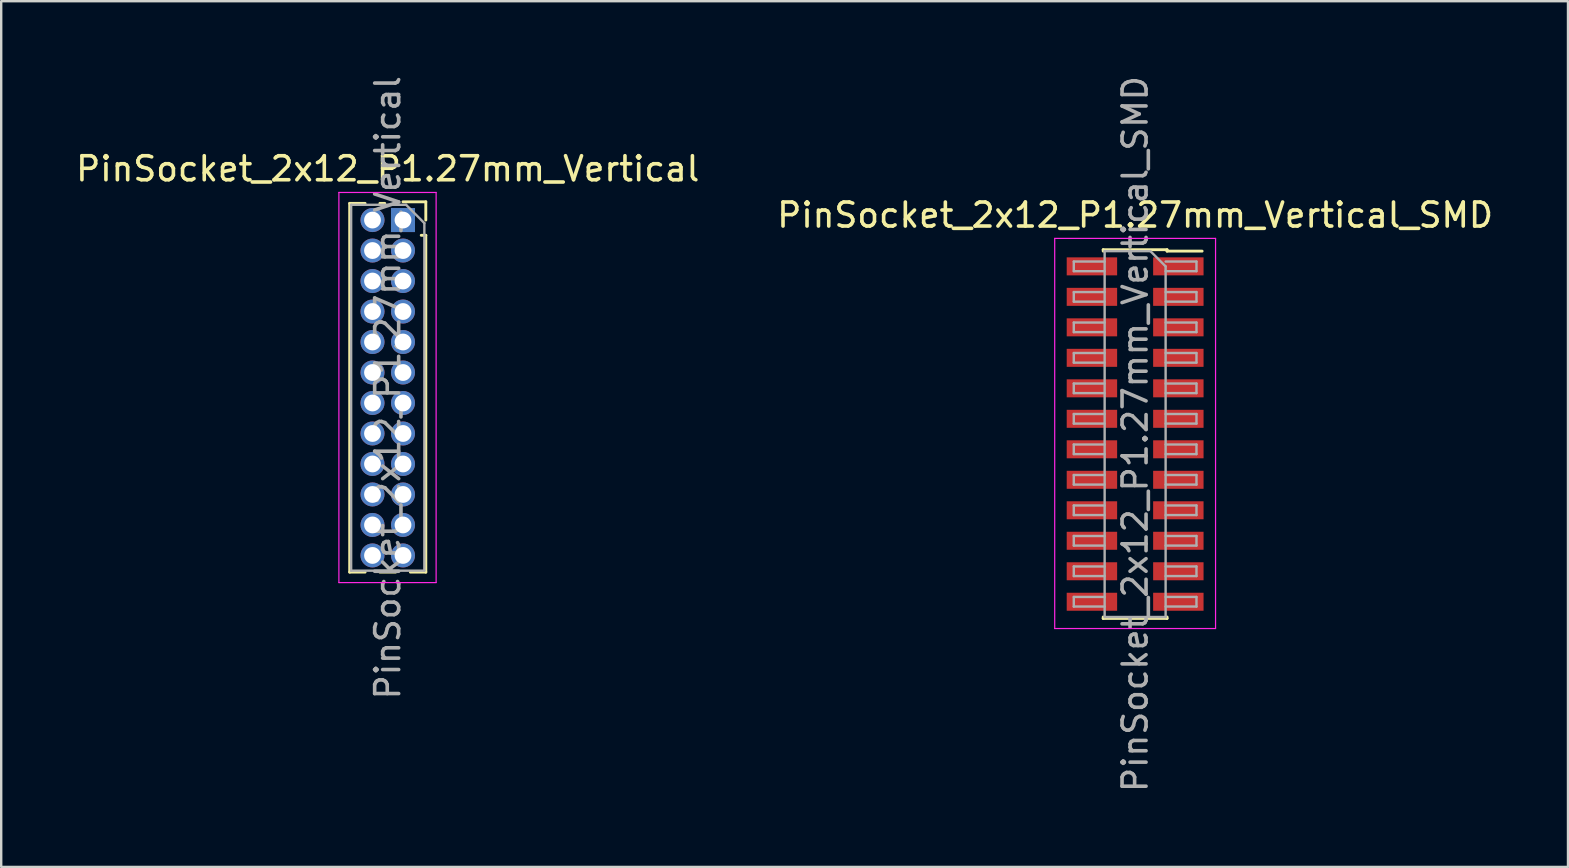
<source format=kicad_pcb>
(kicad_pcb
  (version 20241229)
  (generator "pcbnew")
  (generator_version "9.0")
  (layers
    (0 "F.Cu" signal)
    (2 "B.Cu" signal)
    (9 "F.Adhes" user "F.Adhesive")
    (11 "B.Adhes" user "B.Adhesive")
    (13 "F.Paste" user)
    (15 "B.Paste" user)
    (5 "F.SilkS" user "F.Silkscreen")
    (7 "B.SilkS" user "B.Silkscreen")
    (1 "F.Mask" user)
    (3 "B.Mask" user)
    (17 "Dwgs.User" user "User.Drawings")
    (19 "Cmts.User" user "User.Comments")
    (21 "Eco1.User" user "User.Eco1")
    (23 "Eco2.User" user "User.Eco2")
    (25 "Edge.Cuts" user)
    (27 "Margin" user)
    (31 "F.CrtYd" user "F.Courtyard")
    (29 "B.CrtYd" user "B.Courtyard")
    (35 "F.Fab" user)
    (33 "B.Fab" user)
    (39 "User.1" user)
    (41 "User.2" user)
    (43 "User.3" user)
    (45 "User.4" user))
  (footprint "PinSocket_2x12_P1.27mm_Vertical_SMD"
    (layer "F.Cu")
    (at 44.232 15.03)
    (property "Reference" "PinSocket_2x12_P1.27mm_Vertical_SMD" (at 0 -9.12 0) (layer "F.SilkS") (effects (font (size 1 1) (thickness 0.15))))
    (attr smd)
    (fp_line (start -1.33 -7.68) (end -1.33 -7.62) (stroke (width 0.12) (type solid)) (layer "F.SilkS"))
    (fp_line (start -1.33 -7.68) (end 1.33 -7.68) (stroke (width 0.12) (type solid)) (layer "F.SilkS"))
    (fp_line (start -1.33 7.62) (end -1.33 7.68) (stroke (width 0.12) (type solid)) (layer "F.SilkS"))
    (fp_line (start -1.33 7.68) (end 1.33 7.68) (stroke (width 0.12) (type solid)) (layer "F.SilkS"))
    (fp_line (start 1.33 -7.68) (end 1.33 -7.62) (stroke (width 0.12) (type solid)) (layer "F.SilkS"))
    (fp_line (start 1.33 -7.62) (end 2.79 -7.62) (stroke (width 0.12) (type solid)) (layer "F.SilkS"))
    (fp_line (start 1.33 7.62) (end 1.33 7.68) (stroke (width 0.12) (type solid)) (layer "F.SilkS"))
    (fp_line (start -3.35 -8.15) (end 3.35 -8.15) (stroke (width 0.05) (type solid)) (layer "F.CrtYd"))
    (fp_line (start -3.35 8.1) (end -3.35 -8.15) (stroke (width 0.05) (type solid)) (layer "F.CrtYd"))
    (fp_line (start 3.35 -8.15) (end 3.35 8.1) (stroke (width 0.05) (type solid)) (layer "F.CrtYd"))
    (fp_line (start 3.35 8.1) (end -3.35 8.1) (stroke (width 0.05) (type solid)) (layer "F.CrtYd"))
    (fp_line (start -2.555 -7.185) (end -1.27 -7.185) (stroke (width 0.1) (type solid)) (layer "F.Fab"))
    (fp_line (start -2.555 -6.785) (end -2.555 -7.185) (stroke (width 0.1) (type solid)) (layer "F.Fab"))
    (fp_line (start -2.555 -5.915) (end -1.27 -5.915) (stroke (width 0.1) (type solid)) (layer "F.Fab"))
    (fp_line (start -2.555 -5.515) (end -2.555 -5.915) (stroke (width 0.1) (type solid)) (layer "F.Fab"))
    (fp_line (start -2.555 -4.645) (end -1.27 -4.645) (stroke (width 0.1) (type solid)) (layer "F.Fab"))
    (fp_line (start -2.555 -4.245) (end -2.555 -4.645) (stroke (width 0.1) (type solid)) (layer "F.Fab"))
    (fp_line (start -2.555 -3.375) (end -1.27 -3.375) (stroke (width 0.1) (type solid)) (layer "F.Fab"))
    (fp_line (start -2.555 -2.975) (end -2.555 -3.375) (stroke (width 0.1) (type solid)) (layer "F.Fab"))
    (fp_line (start -2.555 -2.105) (end -1.27 -2.105) (stroke (width 0.1) (type solid)) (layer "F.Fab"))
    (fp_line (start -2.555 -1.705) (end -2.555 -2.105) (stroke (width 0.1) (type solid)) (layer "F.Fab"))
    (fp_line (start -2.555 -0.835) (end -1.27 -0.835) (stroke (width 0.1) (type solid)) (layer "F.Fab"))
    (fp_line (start -2.555 -0.435) (end -2.555 -0.835) (stroke (width 0.1) (type solid)) (layer "F.Fab"))
    (fp_line (start -2.555 0.435) (end -1.27 0.435) (stroke (width 0.1) (type solid)) (layer "F.Fab"))
    (fp_line (start -2.555 0.835) (end -2.555 0.435) (stroke (width 0.1) (type solid)) (layer "F.Fab"))
    (fp_line (start -2.555 1.705) (end -1.27 1.705) (stroke (width 0.1) (type solid)) (layer "F.Fab"))
    (fp_line (start -2.555 2.105) (end -2.555 1.705) (stroke (width 0.1) (type solid)) (layer "F.Fab"))
    (fp_line (start -2.555 2.975) (end -1.27 2.975) (stroke (width 0.1) (type solid)) (layer "F.Fab"))
    (fp_line (start -2.555 3.375) (end -2.555 2.975) (stroke (width 0.1) (type solid)) (layer "F.Fab"))
    (fp_line (start -2.555 4.245) (end -1.27 4.245) (stroke (width 0.1) (type solid)) (layer "F.Fab"))
    (fp_line (start -2.555 4.645) (end -2.555 4.245) (stroke (width 0.1) (type solid)) (layer "F.Fab"))
    (fp_line (start -2.555 5.515) (end -1.27 5.515) (stroke (width 0.1) (type solid)) (layer "F.Fab"))
    (fp_line (start -2.555 5.915) (end -2.555 5.515) (stroke (width 0.1) (type solid)) (layer "F.Fab"))
    (fp_line (start -2.555 6.785) (end -1.27 6.785) (stroke (width 0.1) (type solid)) (layer "F.Fab"))
    (fp_line (start -2.555 7.185) (end -2.555 6.785) (stroke (width 0.1) (type solid)) (layer "F.Fab"))
    (fp_line (start -1.27 -7.62) (end 0.635 -7.62) (stroke (width 0.1) (type solid)) (layer "F.Fab"))
    (fp_line (start -1.27 -6.785) (end -2.555 -6.785) (stroke (width 0.1) (type solid)) (layer "F.Fab"))
    (fp_line (start -1.27 -5.515) (end -2.555 -5.515) (stroke (width 0.1) (type solid)) (layer "F.Fab"))
    (fp_line (start -1.27 -4.245) (end -2.555 -4.245) (stroke (width 0.1) (type solid)) (layer "F.Fab"))
    (fp_line (start -1.27 -2.975) (end -2.555 -2.975) (stroke (width 0.1) (type solid)) (layer "F.Fab"))
    (fp_line (start -1.27 -1.705) (end -2.555 -1.705) (stroke (width 0.1) (type solid)) (layer "F.Fab"))
    (fp_line (start -1.27 -0.435) (end -2.555 -0.435) (stroke (width 0.1) (type solid)) (layer "F.Fab"))
    (fp_line (start -1.27 0.835) (end -2.555 0.835) (stroke (width 0.1) (type solid)) (layer "F.Fab"))
    (fp_line (start -1.27 2.105) (end -2.555 2.105) (stroke (width 0.1) (type solid)) (layer "F.Fab"))
    (fp_line (start -1.27 3.375) (end -2.555 3.375) (stroke (width 0.1) (type solid)) (layer "F.Fab"))
    (fp_line (start -1.27 4.645) (end -2.555 4.645) (stroke (width 0.1) (type solid)) (layer "F.Fab"))
    (fp_line (start -1.27 5.915) (end -2.555 5.915) (stroke (width 0.1) (type solid)) (layer "F.Fab"))
    (fp_line (start -1.27 7.185) (end -2.555 7.185) (stroke (width 0.1) (type solid)) (layer "F.Fab"))
    (fp_line (start -1.27 7.62) (end -1.27 -7.62) (stroke (width 0.1) (type solid)) (layer "F.Fab"))
    (fp_line (start 0.635 -7.62) (end 1.27 -6.985) (stroke (width 0.1) (type solid)) (layer "F.Fab"))
    (fp_line (start 1.27 -7.185) (end 2.555 -7.185) (stroke (width 0.1) (type solid)) (layer "F.Fab"))
    (fp_line (start 1.27 -6.985) (end 1.27 7.62) (stroke (width 0.1) (type solid)) (layer "F.Fab"))
    (fp_line (start 1.27 -5.915) (end 2.555 -5.915) (stroke (width 0.1) (type solid)) (layer "F.Fab"))
    (fp_line (start 1.27 -4.645) (end 2.555 -4.645) (stroke (width 0.1) (type solid)) (layer "F.Fab"))
    (fp_line (start 1.27 -3.375) (end 2.555 -3.375) (stroke (width 0.1) (type solid)) (layer "F.Fab"))
    (fp_line (start 1.27 -2.105) (end 2.555 -2.105) (stroke (width 0.1) (type solid)) (layer "F.Fab"))
    (fp_line (start 1.27 -0.835) (end 2.555 -0.835) (stroke (width 0.1) (type solid)) (layer "F.Fab"))
    (fp_line (start 1.27 0.435) (end 2.555 0.435) (stroke (width 0.1) (type solid)) (layer "F.Fab"))
    (fp_line (start 1.27 1.705) (end 2.555 1.705) (stroke (width 0.1) (type solid)) (layer "F.Fab"))
    (fp_line (start 1.27 2.975) (end 2.555 2.975) (stroke (width 0.1) (type solid)) (layer "F.Fab"))
    (fp_line (start 1.27 4.245) (end 2.555 4.245) (stroke (width 0.1) (type solid)) (layer "F.Fab"))
    (fp_line (start 1.27 5.515) (end 2.555 5.515) (stroke (width 0.1) (type solid)) (layer "F.Fab"))
    (fp_line (start 1.27 6.785) (end 2.555 6.785) (stroke (width 0.1) (type solid)) (layer "F.Fab"))
    (fp_line (start 1.27 7.62) (end -1.27 7.62) (stroke (width 0.1) (type solid)) (layer "F.Fab"))
    (fp_line (start 2.555 -7.185) (end 2.555 -6.785) (stroke (width 0.1) (type solid)) (layer "F.Fab"))
    (fp_line (start 2.555 -6.785) (end 1.27 -6.785) (stroke (width 0.1) (type solid)) (layer "F.Fab"))
    (fp_line (start 2.555 -5.915) (end 2.555 -5.515) (stroke (width 0.1) (type solid)) (layer "F.Fab"))
    (fp_line (start 2.555 -5.515) (end 1.27 -5.515) (stroke (width 0.1) (type solid)) (layer "F.Fab"))
    (fp_line (start 2.555 -4.645) (end 2.555 -4.245) (stroke (width 0.1) (type solid)) (layer "F.Fab"))
    (fp_line (start 2.555 -4.245) (end 1.27 -4.245) (stroke (width 0.1) (type solid)) (layer "F.Fab"))
    (fp_line (start 2.555 -3.375) (end 2.555 -2.975) (stroke (width 0.1) (type solid)) (layer "F.Fab"))
    (fp_line (start 2.555 -2.975) (end 1.27 -2.975) (stroke (width 0.1) (type solid)) (layer "F.Fab"))
    (fp_line (start 2.555 -2.105) (end 2.555 -1.705) (stroke (width 0.1) (type solid)) (layer "F.Fab"))
    (fp_line (start 2.555 -1.705) (end 1.27 -1.705) (stroke (width 0.1) (type solid)) (layer "F.Fab"))
    (fp_line (start 2.555 -0.835) (end 2.555 -0.435) (stroke (width 0.1) (type solid)) (layer "F.Fab"))
    (fp_line (start 2.555 -0.435) (end 1.27 -0.435) (stroke (width 0.1) (type solid)) (layer "F.Fab"))
    (fp_line (start 2.555 0.435) (end 2.555 0.835) (stroke (width 0.1) (type solid)) (layer "F.Fab"))
    (fp_line (start 2.555 0.835) (end 1.27 0.835) (stroke (width 0.1) (type solid)) (layer "F.Fab"))
    (fp_line (start 2.555 1.705) (end 2.555 2.105) (stroke (width 0.1) (type solid)) (layer "F.Fab"))
    (fp_line (start 2.555 2.105) (end 1.27 2.105) (stroke (width 0.1) (type solid)) (layer "F.Fab"))
    (fp_line (start 2.555 2.975) (end 2.555 3.375) (stroke (width 0.1) (type solid)) (layer "F.Fab"))
    (fp_line (start 2.555 3.375) (end 1.27 3.375) (stroke (width 0.1) (type solid)) (layer "F.Fab"))
    (fp_line (start 2.555 4.245) (end 2.555 4.645) (stroke (width 0.1) (type solid)) (layer "F.Fab"))
    (fp_line (start 2.555 4.645) (end 1.27 4.645) (stroke (width 0.1) (type solid)) (layer "F.Fab"))
    (fp_line (start 2.555 5.515) (end 2.555 5.915) (stroke (width 0.1) (type solid)) (layer "F.Fab"))
    (fp_line (start 2.555 5.915) (end 1.27 5.915) (stroke (width 0.1) (type solid)) (layer "F.Fab"))
    (fp_line (start 2.555 6.785) (end 2.555 7.185) (stroke (width 0.1) (type solid)) (layer "F.Fab"))
    (fp_line (start 2.555 7.185) (end 1.27 7.185) (stroke (width 0.1) (type solid)) (layer "F.Fab"))
    (fp_text user "${REFERENCE}" (at 0 0 90) (layer "F.Fab") (effects (font (size 1 1) (thickness 0.15))))
    (pad "1" smd rect (at 1.8 -6.985) (size 2.1 0.75) (layers "F.Cu" "F.Mask" "F.Paste"))
    (pad "2" smd rect (at -1.8 -6.985) (size 2.1 0.75) (layers "F.Cu" "F.Mask" "F.Paste"))
    (pad "3" smd rect (at 1.8 -5.715) (size 2.1 0.75) (layers "F.Cu" "F.Mask" "F.Paste"))
    (pad "4" smd rect (at -1.8 -5.715) (size 2.1 0.75) (layers "F.Cu" "F.Mask" "F.Paste"))
    (pad "5" smd rect (at 1.8 -4.445) (size 2.1 0.75) (layers "F.Cu" "F.Mask" "F.Paste"))
    (pad "6" smd rect (at -1.8 -4.445) (size 2.1 0.75) (layers "F.Cu" "F.Mask" "F.Paste"))
    (pad "7" smd rect (at 1.8 -3.175) (size 2.1 0.75) (layers "F.Cu" "F.Mask" "F.Paste"))
    (pad "8" smd rect (at -1.8 -3.175) (size 2.1 0.75) (layers "F.Cu" "F.Mask" "F.Paste"))
    (pad "9" smd rect (at 1.8 -1.905) (size 2.1 0.75) (layers "F.Cu" "F.Mask" "F.Paste"))
    (pad "10" smd rect (at -1.8 -1.905) (size 2.1 0.75) (layers "F.Cu" "F.Mask" "F.Paste"))
    (pad "11" smd rect (at 1.8 -0.635) (size 2.1 0.75) (layers "F.Cu" "F.Mask" "F.Paste"))
    (pad "12" smd rect (at -1.8 -0.635) (size 2.1 0.75) (layers "F.Cu" "F.Mask" "F.Paste"))
    (pad "13" smd rect (at 1.8 0.635) (size 2.1 0.75) (layers "F.Cu" "F.Mask" "F.Paste"))
    (pad "14" smd rect (at -1.8 0.635) (size 2.1 0.75) (layers "F.Cu" "F.Mask" "F.Paste"))
    (pad "15" smd rect (at 1.8 1.905) (size 2.1 0.75) (layers "F.Cu" "F.Mask" "F.Paste"))
    (pad "16" smd rect (at -1.8 1.905) (size 2.1 0.75) (layers "F.Cu" "F.Mask" "F.Paste"))
    (pad "17" smd rect (at 1.8 3.175) (size 2.1 0.75) (layers "F.Cu" "F.Mask" "F.Paste"))
    (pad "18" smd rect (at -1.8 3.175) (size 2.1 0.75) (layers "F.Cu" "F.Mask" "F.Paste"))
    (pad "19" smd rect (at 1.8 4.445) (size 2.1 0.75) (layers "F.Cu" "F.Mask" "F.Paste"))
    (pad "20" smd rect (at -1.8 4.445) (size 2.1 0.75) (layers "F.Cu" "F.Mask" "F.Paste"))
    (pad "21" smd rect (at 1.8 5.715) (size 2.1 0.75) (layers "F.Cu" "F.Mask" "F.Paste"))
    (pad "22" smd rect (at -1.8 5.715) (size 2.1 0.75) (layers "F.Cu" "F.Mask" "F.Paste"))
    (pad "23" smd rect (at 1.8 6.985) (size 2.1 0.75) (layers "F.Cu" "F.Mask" "F.Paste"))
    (pad "24" smd rect (at -1.8 6.985) (size 2.1 0.75) (layers "F.Cu" "F.Mask" "F.Paste")))
  (footprint "PinSocket_2x12_P1.27mm_Vertical"
    (layer "F.Cu")
    (at 13.736 6.116)
    (property "Reference" "PinSocket_2x12_P1.27mm_Vertical" (at -0.635 -2.135 0) (layer "F.SilkS") (effects (font (size 1 1) (thickness 0.15))))
    (attr through_hole)
    (fp_line (start -2.22 -0.695) (end -2.22 14.665) (stroke (width 0.12) (type solid)) (layer "F.SilkS"))
    (fp_line (start -2.22 -0.695) (end -1.578 -0.695) (stroke (width 0.12) (type solid)) (layer "F.SilkS"))
    (fp_line (start -2.22 14.665) (end -1.578 14.665) (stroke (width 0.12) (type solid)) (layer "F.SilkS"))
    (fp_line (start -0.962 -0.695) (end -0.76 -0.695) (stroke (width 0.12) (type solid)) (layer "F.SilkS"))
    (fp_line (start -0.962 14.665) (end -0.308 14.665) (stroke (width 0.12) (type solid)) (layer "F.SilkS"))
    (fp_line (start 0 -0.76) (end 0.95 -0.76) (stroke (width 0.12) (type solid)) (layer "F.SilkS"))
    (fp_line (start 0.308 14.665) (end 0.95 14.665) (stroke (width 0.12) (type solid)) (layer "F.SilkS"))
    (fp_line (start 0.76 0.635) (end 0.95 0.635) (stroke (width 0.12) (type solid)) (layer "F.SilkS"))
    (fp_line (start 0.95 -0.76) (end 0.95 0) (stroke (width 0.12) (type solid)) (layer "F.SilkS"))
    (fp_line (start 0.95 0.635) (end 0.95 14.665) (stroke (width 0.12) (type solid)) (layer "F.SilkS"))
    (fp_line (start -2.67 -1.15) (end 1.38 -1.15) (stroke (width 0.05) (type solid)) (layer "F.CrtYd"))
    (fp_line (start -2.67 15.1) (end -2.67 -1.15) (stroke (width 0.05) (type solid)) (layer "F.CrtYd"))
    (fp_line (start 1.38 -1.15) (end 1.38 15.1) (stroke (width 0.05) (type solid)) (layer "F.CrtYd"))
    (fp_line (start 1.38 15.1) (end -2.67 15.1) (stroke (width 0.05) (type solid)) (layer "F.CrtYd"))
    (fp_line (start -2.16 -0.635) (end 0.128 -0.635) (stroke (width 0.1) (type solid)) (layer "F.Fab"))
    (fp_line (start -2.16 14.605) (end -2.16 -0.635) (stroke (width 0.1) (type solid)) (layer "F.Fab"))
    (fp_line (start 0.128 -0.635) (end 0.89 0.128) (stroke (width 0.1) (type solid)) (layer "F.Fab"))
    (fp_line (start 0.89 0.128) (end 0.89 14.605) (stroke (width 0.1) (type solid)) (layer "F.Fab"))
    (fp_line (start 0.89 14.605) (end -2.16 14.605) (stroke (width 0.1) (type solid)) (layer "F.Fab"))
    (fp_text user "${REFERENCE}" (at -0.635 6.985 90) (layer "F.Fab") (effects (font (size 1 1) (thickness 0.15))))
    (pad "1" thru_hole rect (at 0 0) (size 1 1) (drill 0.7) (layers "*.Cu" "*.Mask"))
    (pad "2" thru_hole oval (at -1.27 0) (size 1 1) (drill 0.7) (layers "*.Cu" "*.Mask"))
    (pad "3" thru_hole oval (at 0 1.27) (size 1 1) (drill 0.7) (layers "*.Cu" "*.Mask"))
    (pad "4" thru_hole oval (at -1.27 1.27) (size 1 1) (drill 0.7) (layers "*.Cu" "*.Mask"))
    (pad "5" thru_hole oval (at 0 2.54) (size 1 1) (drill 0.7) (layers "*.Cu" "*.Mask"))
    (pad "6" thru_hole oval (at -1.27 2.54) (size 1 1) (drill 0.7) (layers "*.Cu" "*.Mask"))
    (pad "7" thru_hole oval (at 0 3.81) (size 1 1) (drill 0.7) (layers "*.Cu" "*.Mask"))
    (pad "8" thru_hole oval (at -1.27 3.81) (size 1 1) (drill 0.7) (layers "*.Cu" "*.Mask"))
    (pad "9" thru_hole oval (at 0 5.08) (size 1 1) (drill 0.7) (layers "*.Cu" "*.Mask"))
    (pad "10" thru_hole oval (at -1.27 5.08) (size 1 1) (drill 0.7) (layers "*.Cu" "*.Mask"))
    (pad "11" thru_hole oval (at 0 6.35) (size 1 1) (drill 0.7) (layers "*.Cu" "*.Mask"))
    (pad "12" thru_hole oval (at -1.27 6.35) (size 1 1) (drill 0.7) (layers "*.Cu" "*.Mask"))
    (pad "13" thru_hole oval (at 0 7.62) (size 1 1) (drill 0.7) (layers "*.Cu" "*.Mask"))
    (pad "14" thru_hole oval (at -1.27 7.62) (size 1 1) (drill 0.7) (layers "*.Cu" "*.Mask"))
    (pad "15" thru_hole oval (at 0 8.89) (size 1 1) (drill 0.7) (layers "*.Cu" "*.Mask"))
    (pad "16" thru_hole oval (at -1.27 8.89) (size 1 1) (drill 0.7) (layers "*.Cu" "*.Mask"))
    (pad "17" thru_hole oval (at 0 10.16) (size 1 1) (drill 0.7) (layers "*.Cu" "*.Mask"))
    (pad "18" thru_hole oval (at -1.27 10.16) (size 1 1) (drill 0.7) (layers "*.Cu" "*.Mask"))
    (pad "19" thru_hole oval (at 0 11.43) (size 1 1) (drill 0.7) (layers "*.Cu" "*.Mask"))
    (pad "20" thru_hole oval (at -1.27 11.43) (size 1 1) (drill 0.7) (layers "*.Cu" "*.Mask"))
    (pad "21" thru_hole oval (at 0 12.7) (size 1 1) (drill 0.7) (layers "*.Cu" "*.Mask"))
    (pad "22" thru_hole oval (at -1.27 12.7) (size 1 1) (drill 0.7) (layers "*.Cu" "*.Mask"))
    (pad "23" thru_hole oval (at 0 13.97) (size 1 1) (drill 0.7) (layers "*.Cu" "*.Mask"))
    (pad "24" thru_hole oval (at -1.27 13.97) (size 1 1) (drill 0.7) (layers "*.Cu" "*.Mask")))
  (gr_rect
    (start -3 -3)
    (end 62.262 33.06)
    (stroke (width 0.1) (type default))
    (fill no)
    (layer "Edge.Cuts")))
</source>
